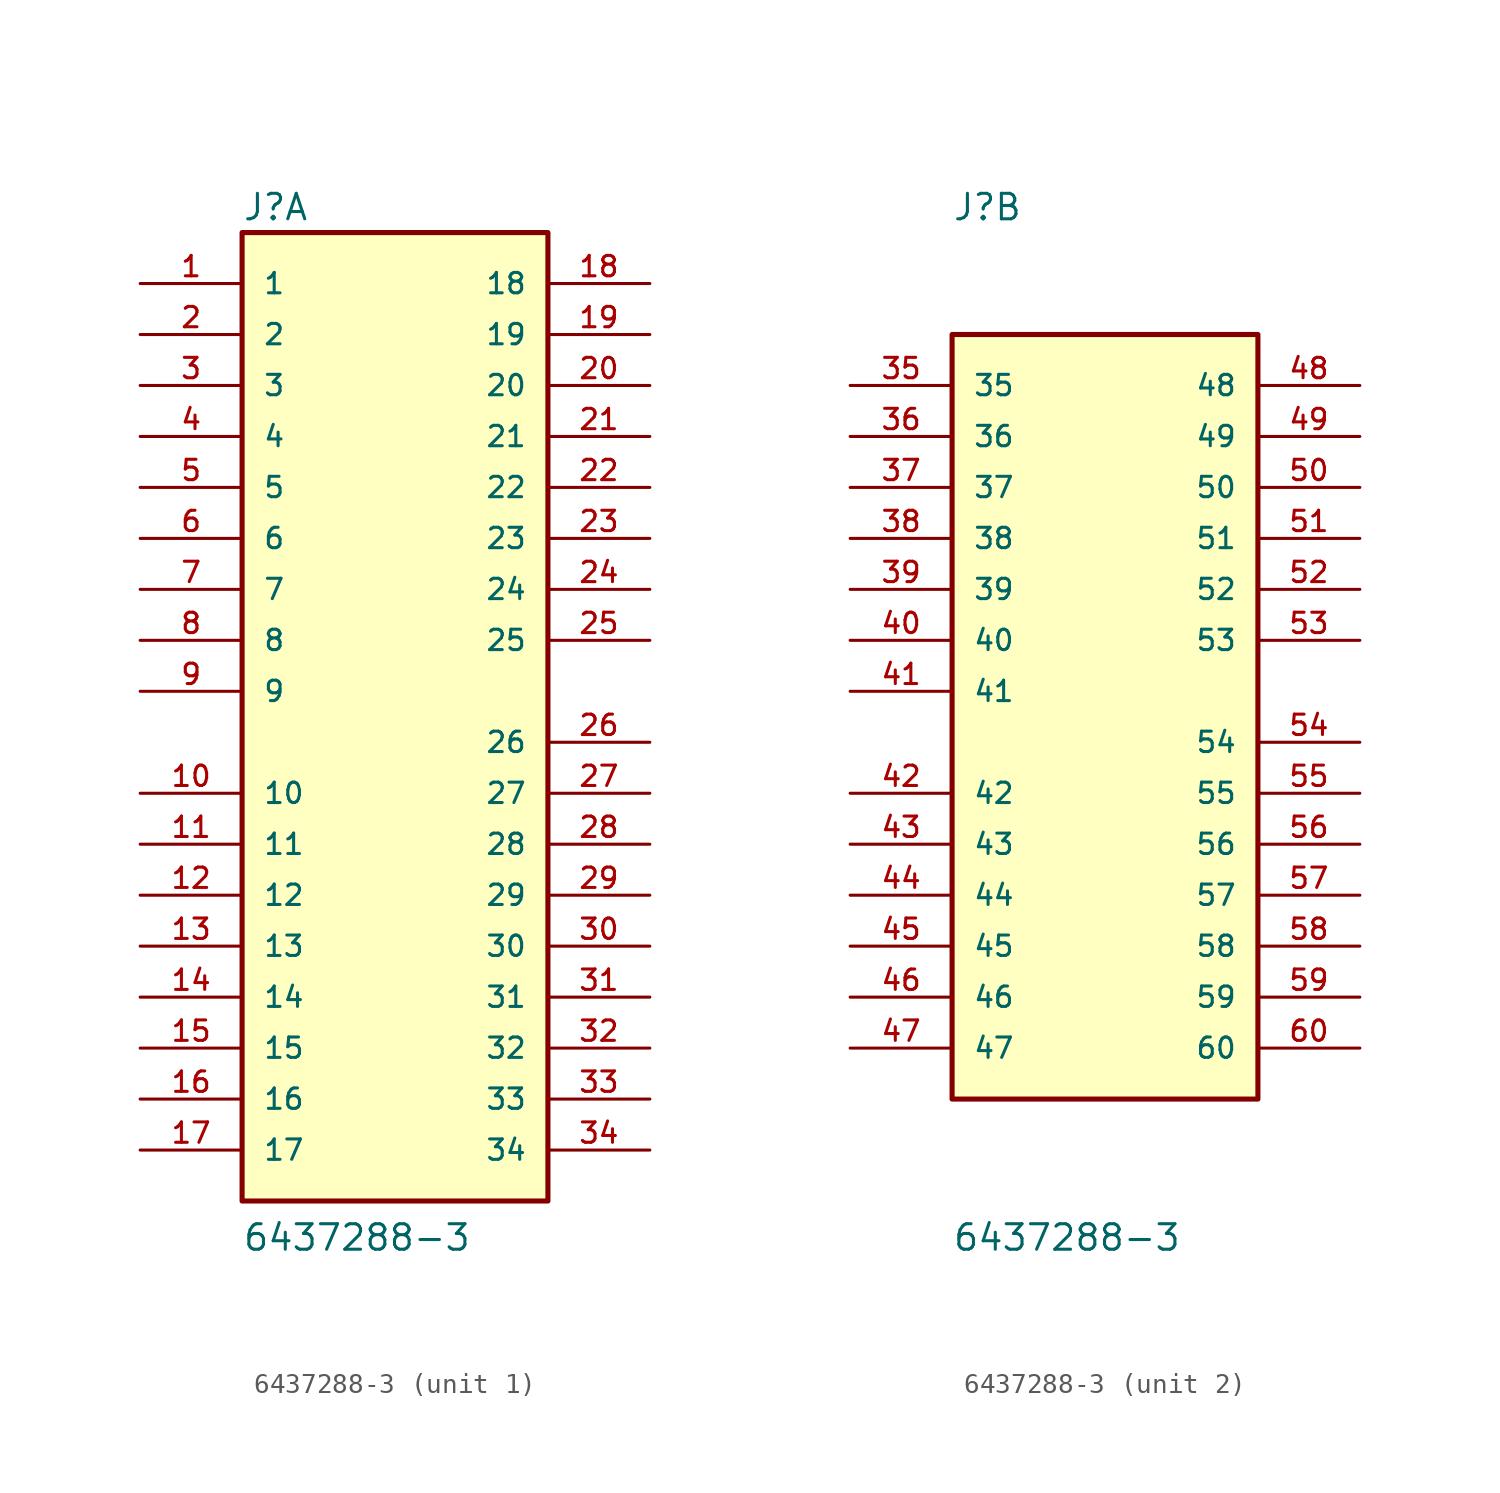
<source format=kicad_sym>
(kicad_symbol_lib
  (version 20241209)
  (generator "kicad_symbol_editor")
  (generator_version "9.0")
  (symbol "6437288-3"
    (pin_names
      (offset 1.016))
    (property "Reference" "J"
      (at -7.622 25.923 0)
      (effects (font (size 1.27 1.27)) (justify left bottom)))
    (property "Value" "6437288-3"
      (at -7.623 -25.426 0)
      (effects (font (size 1.27 1.27)) (justify left bottom)))
    (symbol "6437288-3_1_0"
      (rectangle (start -7.62 -22.86) (end 7.62 25.4) (stroke (width 0.254) (type default)) (fill (type background)))
      (pin passive line (at -12.7 22.86 0) (length 5.08) (name "1" (effects (font (size 1.016 1.016)))) (number "1" (effects (font (size 1.016 1.016)))))
      (pin passive line (at -12.7 20.32 0) (length 5.08) (name "2" (effects (font (size 1.016 1.016)))) (number "2" (effects (font (size 1.016 1.016)))))
      (pin passive line (at -12.7 17.78 0) (length 5.08) (name "3" (effects (font (size 1.016 1.016)))) (number "3" (effects (font (size 1.016 1.016)))))
      (pin passive line (at -12.7 15.24 0) (length 5.08) (name "4" (effects (font (size 1.016 1.016)))) (number "4" (effects (font (size 1.016 1.016)))))
      (pin passive line (at -12.7 12.7 0) (length 5.08) (name "5" (effects (font (size 1.016 1.016)))) (number "5" (effects (font (size 1.016 1.016)))))
      (pin passive line (at -12.7 10.16 0) (length 5.08) (name "6" (effects (font (size 1.016 1.016)))) (number "6" (effects (font (size 1.016 1.016)))))
      (pin passive line (at -12.7 7.62 0) (length 5.08) (name "7" (effects (font (size 1.016 1.016)))) (number "7" (effects (font (size 1.016 1.016)))))
      (pin passive line (at -12.7 5.08 0) (length 5.08) (name "8" (effects (font (size 1.016 1.016)))) (number "8" (effects (font (size 1.016 1.016)))))
      (pin passive line (at -12.7 2.54 0) (length 5.08) (name "9" (effects (font (size 1.016 1.016)))) (number "9" (effects (font (size 1.016 1.016)))))
      (pin passive line (at -12.7 -2.54 0) (length 5.08) (name "10" (effects (font (size 1.016 1.016)))) (number "10" (effects (font (size 1.016 1.016)))))
      (pin passive line (at -12.7 -5.08 0) (length 5.08) (name "11" (effects (font (size 1.016 1.016)))) (number "11" (effects (font (size 1.016 1.016)))))
      (pin passive line (at -12.7 -7.62 0) (length 5.08) (name "12" (effects (font (size 1.016 1.016)))) (number "12" (effects (font (size 1.016 1.016)))))
      (pin passive line (at -12.7 -10.16 0) (length 5.08) (name "13" (effects (font (size 1.016 1.016)))) (number "13" (effects (font (size 1.016 1.016)))))
      (pin passive line (at -12.7 -12.7 0) (length 5.08) (name "14" (effects (font (size 1.016 1.016)))) (number "14" (effects (font (size 1.016 1.016)))))
      (pin passive line (at -12.7 -15.24 0) (length 5.08) (name "15" (effects (font (size 1.016 1.016)))) (number "15" (effects (font (size 1.016 1.016)))))
      (pin passive line (at -12.7 -17.78 0) (length 5.08) (name "16" (effects (font (size 1.016 1.016)))) (number "16" (effects (font (size 1.016 1.016)))))
      (pin passive line (at -12.7 -20.32 0) (length 5.08) (name "17" (effects (font (size 1.016 1.016)))) (number "17" (effects (font (size 1.016 1.016)))))
      (pin passive line (at 12.7 22.86 180) (length 5.08) (name "18" (effects (font (size 1.016 1.016)))) (number "18" (effects (font (size 1.016 1.016)))))
      (pin passive line (at 12.7 20.32 180) (length 5.08) (name "19" (effects (font (size 1.016 1.016)))) (number "19" (effects (font (size 1.016 1.016)))))
      (pin passive line (at 12.7 17.78 180) (length 5.08) (name "20" (effects (font (size 1.016 1.016)))) (number "20" (effects (font (size 1.016 1.016)))))
      (pin passive line (at 12.7 15.24 180) (length 5.08) (name "21" (effects (font (size 1.016 1.016)))) (number "21" (effects (font (size 1.016 1.016)))))
      (pin passive line (at 12.7 12.7 180) (length 5.08) (name "22" (effects (font (size 1.016 1.016)))) (number "22" (effects (font (size 1.016 1.016)))))
      (pin passive line (at 12.7 10.16 180) (length 5.08) (name "23" (effects (font (size 1.016 1.016)))) (number "23" (effects (font (size 1.016 1.016)))))
      (pin passive line (at 12.7 7.62 180) (length 5.08) (name "24" (effects (font (size 1.016 1.016)))) (number "24" (effects (font (size 1.016 1.016)))))
      (pin passive line (at 12.7 5.08 180) (length 5.08) (name "25" (effects (font (size 1.016 1.016)))) (number "25" (effects (font (size 1.016 1.016)))))
      (pin passive line (at 12.7 0 180) (length 5.08) (name "26" (effects (font (size 1.016 1.016)))) (number "26" (effects (font (size 1.016 1.016)))))
      (pin passive line (at 12.7 -2.54 180) (length 5.08) (name "27" (effects (font (size 1.016 1.016)))) (number "27" (effects (font (size 1.016 1.016)))))
      (pin passive line (at 12.7 -5.08 180) (length 5.08) (name "28" (effects (font (size 1.016 1.016)))) (number "28" (effects (font (size 1.016 1.016)))))
      (pin passive line (at 12.7 -7.62 180) (length 5.08) (name "29" (effects (font (size 1.016 1.016)))) (number "29" (effects (font (size 1.016 1.016)))))
      (pin passive line (at 12.7 -10.16 180) (length 5.08) (name "30" (effects (font (size 1.016 1.016)))) (number "30" (effects (font (size 1.016 1.016)))))
      (pin passive line (at 12.7 -12.7 180) (length 5.08) (name "31" (effects (font (size 1.016 1.016)))) (number "31" (effects (font (size 1.016 1.016)))))
      (pin passive line (at 12.7 -15.24 180) (length 5.08) (name "32" (effects (font (size 1.016 1.016)))) (number "32" (effects (font (size 1.016 1.016)))))
      (pin passive line (at 12.7 -17.78 180) (length 5.08) (name "33" (effects (font (size 1.016 1.016)))) (number "33" (effects (font (size 1.016 1.016)))))
      (pin passive line (at 12.7 -20.32 180) (length 5.08) (name "34" (effects (font (size 1.016 1.016)))) (number "34" (effects (font (size 1.016 1.016))))))
    (symbol "6437288-3_2_0"
      (rectangle (start -7.62 -17.78) (end 7.62 20.32) (stroke (width 0.254) (type default)) (fill (type background)))
      (pin passive line (at -12.7 17.78 0) (length 5.08) (name "35" (effects (font (size 1.016 1.016)))) (number "35" (effects (font (size 1.016 1.016)))))
      (pin passive line (at -12.7 15.24 0) (length 5.08) (name "36" (effects (font (size 1.016 1.016)))) (number "36" (effects (font (size 1.016 1.016)))))
      (pin passive line (at -12.7 12.7 0) (length 5.08) (name "37" (effects (font (size 1.016 1.016)))) (number "37" (effects (font (size 1.016 1.016)))))
      (pin passive line (at -12.7 10.16 0) (length 5.08) (name "38" (effects (font (size 1.016 1.016)))) (number "38" (effects (font (size 1.016 1.016)))))
      (pin passive line (at -12.7 7.62 0) (length 5.08) (name "39" (effects (font (size 1.016 1.016)))) (number "39" (effects (font (size 1.016 1.016)))))
      (pin passive line (at -12.7 5.08 0) (length 5.08) (name "40" (effects (font (size 1.016 1.016)))) (number "40" (effects (font (size 1.016 1.016)))))
      (pin passive line (at -12.7 2.54 0) (length 5.08) (name "41" (effects (font (size 1.016 1.016)))) (number "41" (effects (font (size 1.016 1.016)))))
      (pin passive line (at -12.7 -2.54 0) (length 5.08) (name "42" (effects (font (size 1.016 1.016)))) (number "42" (effects (font (size 1.016 1.016)))))
      (pin passive line (at -12.7 -5.08 0) (length 5.08) (name "43" (effects (font (size 1.016 1.016)))) (number "43" (effects (font (size 1.016 1.016)))))
      (pin passive line (at -12.7 -7.62 0) (length 5.08) (name "44" (effects (font (size 1.016 1.016)))) (number "44" (effects (font (size 1.016 1.016)))))
      (pin passive line (at -12.7 -10.16 0) (length 5.08) (name "45" (effects (font (size 1.016 1.016)))) (number "45" (effects (font (size 1.016 1.016)))))
      (pin passive line (at -12.7 -12.7 0) (length 5.08) (name "46" (effects (font (size 1.016 1.016)))) (number "46" (effects (font (size 1.016 1.016)))))
      (pin passive line (at -12.7 -15.24 0) (length 5.08) (name "47" (effects (font (size 1.016 1.016)))) (number "47" (effects (font (size 1.016 1.016)))))
      (pin passive line (at 12.7 17.78 180) (length 5.08) (name "48" (effects (font (size 1.016 1.016)))) (number "48" (effects (font (size 1.016 1.016)))))
      (pin passive line (at 12.7 15.24 180) (length 5.08) (name "49" (effects (font (size 1.016 1.016)))) (number "49" (effects (font (size 1.016 1.016)))))
      (pin passive line (at 12.7 12.7 180) (length 5.08) (name "50" (effects (font (size 1.016 1.016)))) (number "50" (effects (font (size 1.016 1.016)))))
      (pin passive line (at 12.7 10.16 180) (length 5.08) (name "51" (effects (font (size 1.016 1.016)))) (number "51" (effects (font (size 1.016 1.016)))))
      (pin passive line (at 12.7 7.62 180) (length 5.08) (name "52" (effects (font (size 1.016 1.016)))) (number "52" (effects (font (size 1.016 1.016)))))
      (pin passive line (at 12.7 5.08 180) (length 5.08) (name "53" (effects (font (size 1.016 1.016)))) (number "53" (effects (font (size 1.016 1.016)))))
      (pin passive line (at 12.7 0 180) (length 5.08) (name "54" (effects (font (size 1.016 1.016)))) (number "54" (effects (font (size 1.016 1.016)))))
      (pin passive line (at 12.7 -2.54 180) (length 5.08) (name "55" (effects (font (size 1.016 1.016)))) (number "55" (effects (font (size 1.016 1.016)))))
      (pin passive line (at 12.7 -5.08 180) (length 5.08) (name "56" (effects (font (size 1.016 1.016)))) (number "56" (effects (font (size 1.016 1.016)))))
      (pin passive line (at 12.7 -7.62 180) (length 5.08) (name "57" (effects (font (size 1.016 1.016)))) (number "57" (effects (font (size 1.016 1.016)))))
      (pin passive line (at 12.7 -10.16 180) (length 5.08) (name "58" (effects (font (size 1.016 1.016)))) (number "58" (effects (font (size 1.016 1.016)))))
      (pin passive line (at 12.7 -12.7 180) (length 5.08) (name "59" (effects (font (size 1.016 1.016)))) (number "59" (effects (font (size 1.016 1.016)))))
      (pin passive line (at 12.7 -15.24 180) (length 5.08) (name "60" (effects (font (size 1.016 1.016)))) (number "60" (effects (font (size 1.016 1.016))))))))
</source>
